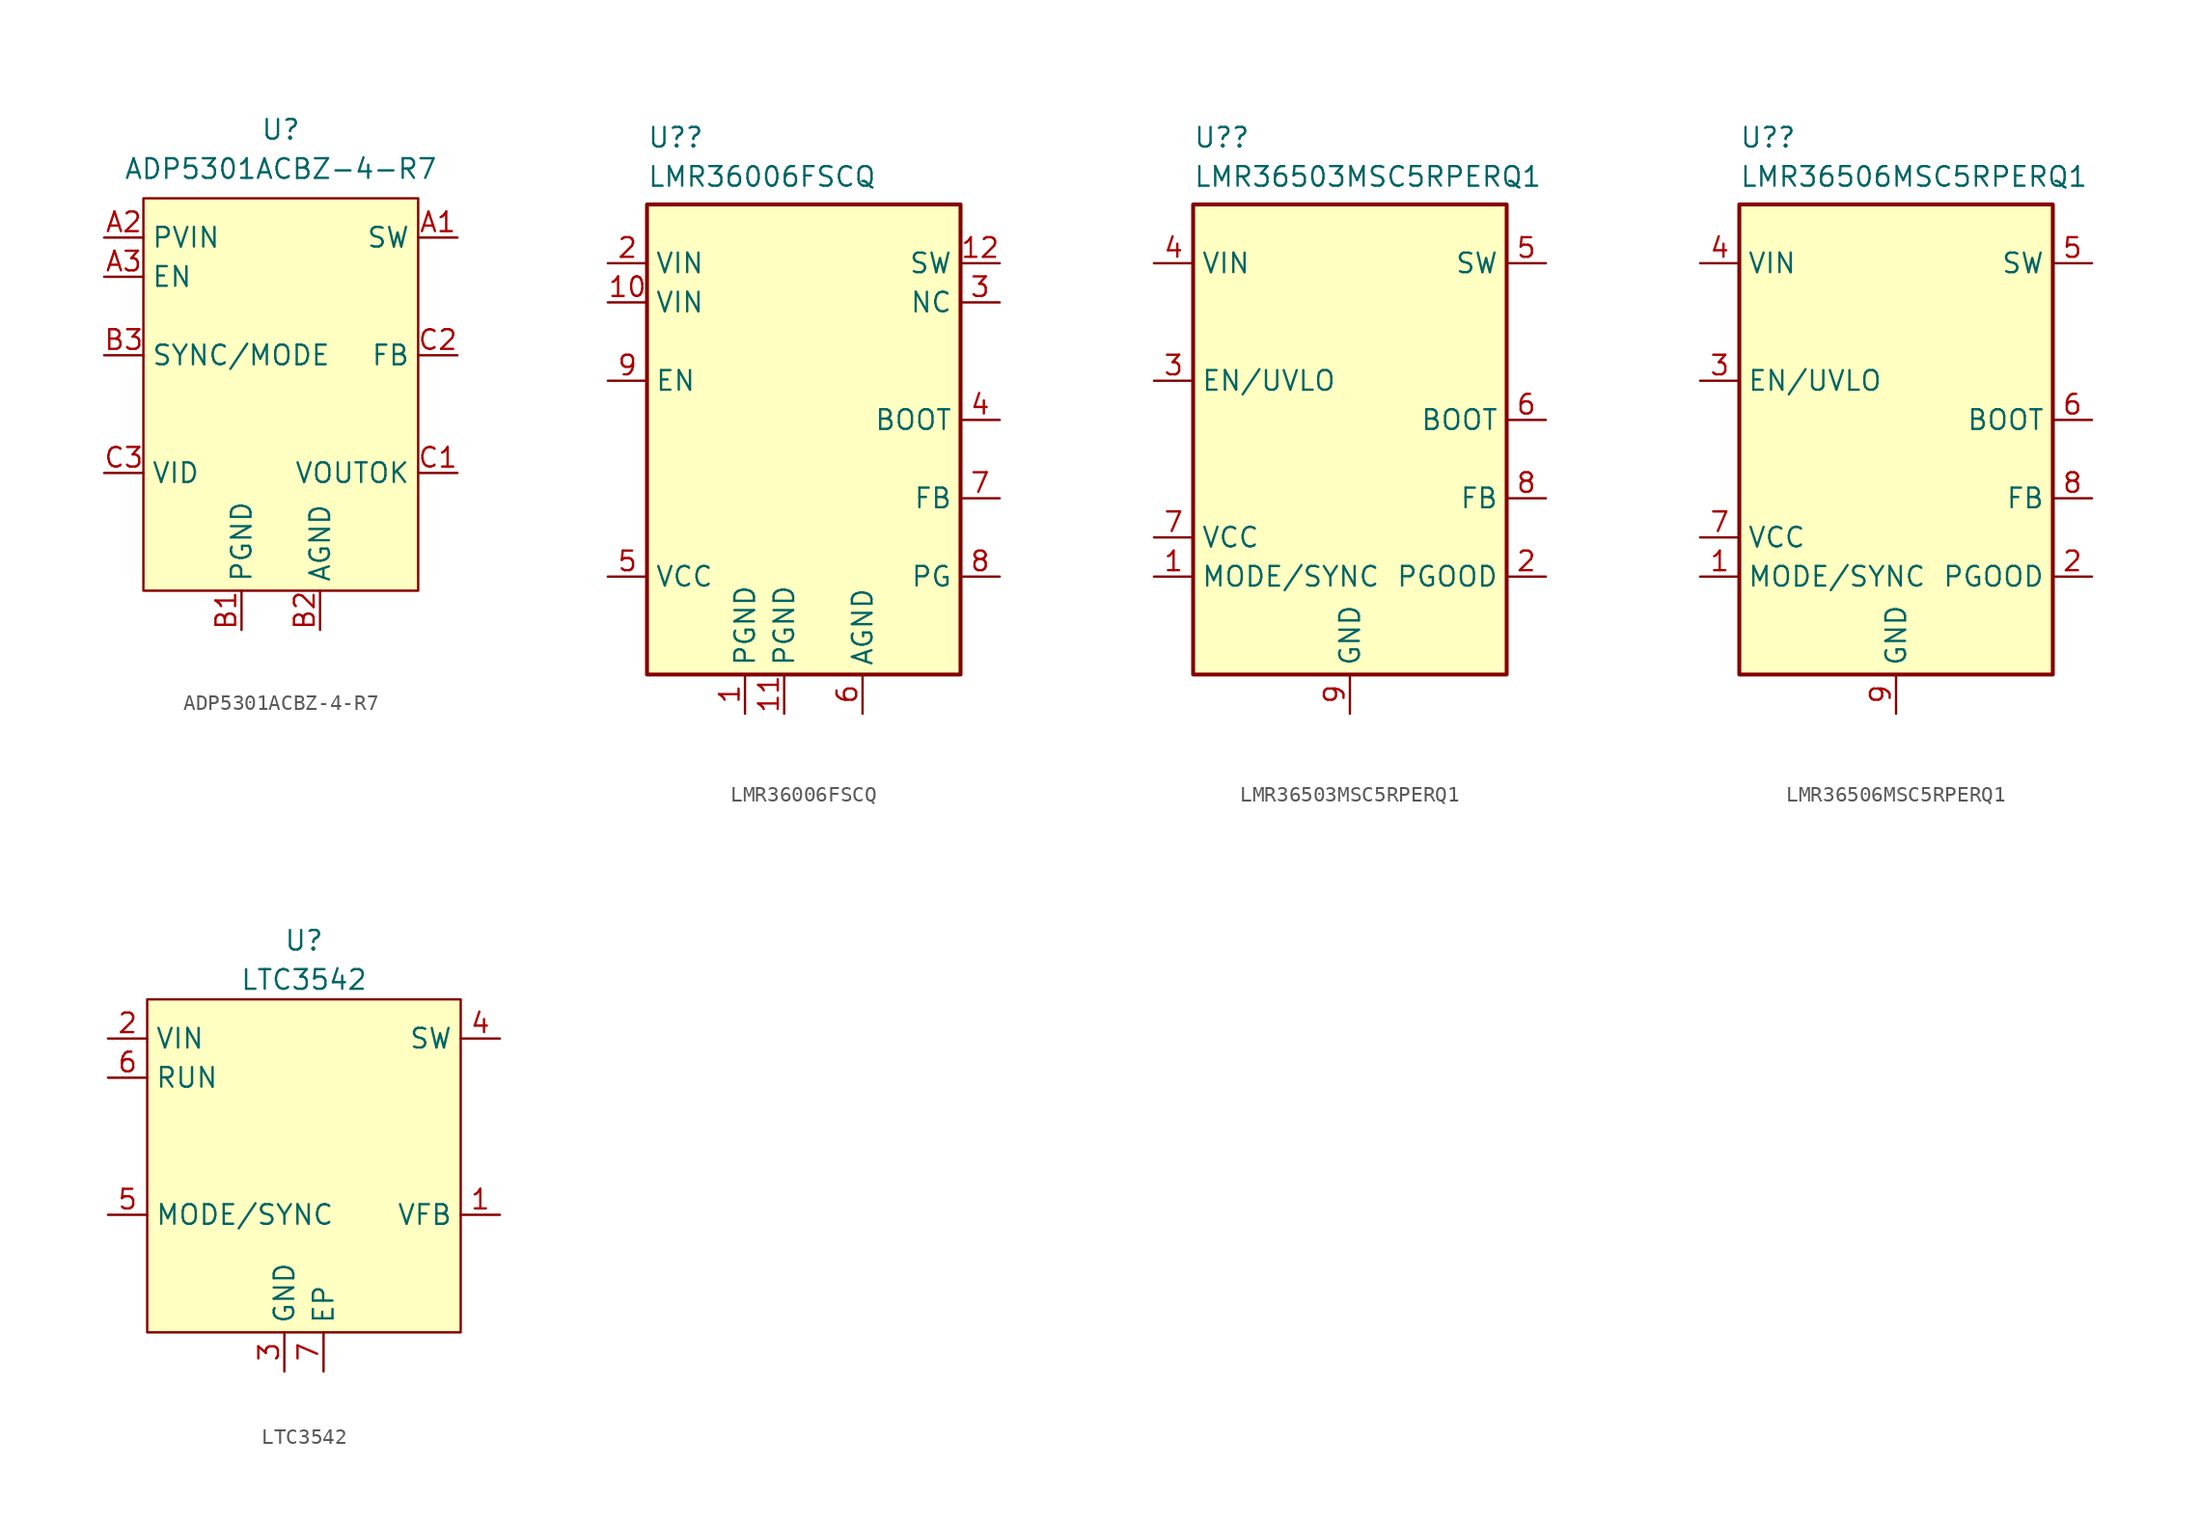
<source format=kicad_sym>
(kicad_symbol_lib
  (version 20220914)
  (generator kicad_symbol_editor)
  (symbol "ADP5301ACBZ-4-R7"
    (property "Reference" "U"
      (at 0 29.845 0)
      (effects (font (size 1.27 1.27))))
    (property "Value" "ADP5301ACBZ-4-R7"
      (at 0 27.305 0)
      (effects (font (size 1.27 1.27))))
    (symbol "ADP5301ACBZ-4-R7_1_1"
      (rectangle (start -8.89 25.4) (end 8.89 0) (stroke (width 0) (type default)) (fill (type background)))
      (pin power_out line (at 11.43 22.86 180) (length 2.54) (name "SW" (effects (font (size 1.27 1.27)))) (number "A1" (effects (font (size 1.27 1.27)))))
      (pin power_in line (at -11.43 22.86 0) (length 2.54) (name "PVIN" (effects (font (size 1.27 1.27)))) (number "A2" (effects (font (size 1.27 1.27)))))
      (pin input line (at -11.43 20.32 0) (length 2.54) (name "EN" (effects (font (size 1.27 1.27)))) (number "A3" (effects (font (size 1.27 1.27)))))
      (pin power_in line (at -2.54 -2.54 90) (length 2.54) (name "PGND" (effects (font (size 1.27 1.27)))) (number "B1" (effects (font (size 1.27 1.27)))))
      (pin power_in line (at 2.54 -2.54 90) (length 2.54) (name "AGND" (effects (font (size 1.27 1.27)))) (number "B2" (effects (font (size 1.27 1.27)))))
      (pin input line (at -11.43 15.24 0) (length 2.54) (name "SYNC/MODE" (effects (font (size 1.27 1.27)))) (number "B3" (effects (font (size 1.27 1.27)))))
      (pin open_collector line (at 11.43 7.62 180) (length 2.54) (name "VOUTOK" (effects (font (size 1.27 1.27)))) (number "C1" (effects (font (size 1.27 1.27)))))
      (pin input line (at 11.43 15.24 180) (length 2.54) (name "FB" (effects (font (size 1.27 1.27)))) (number "C2" (effects (font (size 1.27 1.27)))))
      (pin input line (at -11.43 7.62 0) (length 2.54) (name "VID" (effects (font (size 1.27 1.27)))) (number "C3" (effects (font (size 1.27 1.27)))))))
  (symbol "LMR36006FSCQ"
    (property "Reference" "U?"
      (at -10.16 35.56 0)
      (effects (font (size 1.27 1.27)) (justify left top)))
    (property "Value" "LMR36006FSCQ"
      (at -10.16 33.02 0)
      (effects (font (size 1.27 1.27)) (justify left top)))
    (symbol "LMR36006FSCQ_1_1"
      (rectangle (start -10.16 30.48) (end 10.16 0) (stroke (width 0.254) (type default)) (fill (type background)))
      (pin power_in line (at -3.81 -2.54 90) (length 2.54) (name "PGND" (effects (font (size 1.27 1.27)))) (number "1" (effects (font (size 1.27 1.27)))))
      (pin passive line (at -12.7 24.13 0) (length 2.54) (name "VIN" (effects (font (size 1.27 1.27)))) (number "10" (effects (font (size 1.27 1.27)))))
      (pin power_in line (at -1.27 -2.54 90) (length 2.54) (name "PGND" (effects (font (size 1.27 1.27)))) (number "11" (effects (font (size 1.27 1.27)))))
      (pin power_out line (at 12.7 26.67 180) (length 2.54) (name "SW" (effects (font (size 1.27 1.27)))) (number "12" (effects (font (size 1.27 1.27)))))
      (pin power_in line (at -12.7 26.67 0) (length 2.54) (name "VIN" (effects (font (size 1.27 1.27)))) (number "2" (effects (font (size 1.27 1.27)))))
      (pin passive line (at 12.7 24.13 180) (length 2.54) (name "NC" (effects (font (size 1.27 1.27)))) (number "3" (effects (font (size 1.27 1.27)))))
      (pin passive line (at 12.7 16.51 180) (length 2.54) (name "BOOT" (effects (font (size 1.27 1.27)))) (number "4" (effects (font (size 1.27 1.27)))))
      (pin passive line (at -12.7 6.35 0) (length 2.54) (name "VCC" (effects (font (size 1.27 1.27)))) (number "5" (effects (font (size 1.27 1.27)))))
      (pin power_in line (at 3.81 -2.54 90) (length 2.54) (name "AGND" (effects (font (size 1.27 1.27)))) (number "6" (effects (font (size 1.27 1.27)))))
      (pin input line (at 12.7 11.43 180) (length 2.54) (name "FB" (effects (font (size 1.27 1.27)))) (number "7" (effects (font (size 1.27 1.27)))))
      (pin open_collector line (at 12.7 6.35 180) (length 2.54) (name "PG" (effects (font (size 1.27 1.27)))) (number "8" (effects (font (size 1.27 1.27)))))
      (pin input line (at -12.7 19.05 0) (length 2.54) (name "EN" (effects (font (size 1.27 1.27)))) (number "9" (effects (font (size 1.27 1.27)))))))
  (symbol "LMR36503MSC5RPERQ1"
    (property "Reference" "U?"
      (at -10.16 35.56 0)
      (effects (font (size 1.27 1.27)) (justify left top)))
    (property "Value" "LMR36503MSC5RPERQ1"
      (at -10.16 33.02 0)
      (effects (font (size 1.27 1.27)) (justify left top)))
    (symbol "LMR36503MSC5RPERQ1_1_1"
      (rectangle (start -10.16 30.48) (end 10.16 0) (stroke (width 0.254) (type default)) (fill (type background)))
      (pin input line (at -12.7 6.35 0) (length 2.54) (name "MODE/SYNC" (effects (font (size 1.27 1.27)))) (number "1" (effects (font (size 1.27 1.27)))))
      (pin open_collector line (at 12.7 6.35 180) (length 2.54) (name "PGOOD" (effects (font (size 1.27 1.27)))) (number "2" (effects (font (size 1.27 1.27)))))
      (pin input line (at -12.7 19.05 0) (length 2.54) (name "EN/UVLO" (effects (font (size 1.27 1.27)))) (number "3" (effects (font (size 1.27 1.27)))))
      (pin power_in line (at -12.7 26.67 0) (length 2.54) (name "VIN" (effects (font (size 1.27 1.27)))) (number "4" (effects (font (size 1.27 1.27)))))
      (pin power_out line (at 12.7 26.67 180) (length 2.54) (name "SW" (effects (font (size 1.27 1.27)))) (number "5" (effects (font (size 1.27 1.27)))))
      (pin passive line (at 12.7 16.51 180) (length 2.54) (name "BOOT" (effects (font (size 1.27 1.27)))) (number "6" (effects (font (size 1.27 1.27)))))
      (pin passive line (at -12.7 8.89 0) (length 2.54) (name "VCC" (effects (font (size 1.27 1.27)))) (number "7" (effects (font (size 1.27 1.27)))))
      (pin input line (at 12.7 11.43 180) (length 2.54) (name "FB" (effects (font (size 1.27 1.27)))) (number "8" (effects (font (size 1.27 1.27)))))
      (pin power_in line (at 0 -2.54 90) (length 2.54) (name "GND" (effects (font (size 1.27 1.27)))) (number "9" (effects (font (size 1.27 1.27)))))))
  (symbol "LMR36506MSC5RPERQ1"
    (property "Reference" "U?"
      (at -10.16 35.56 0)
      (effects (font (size 1.27 1.27)) (justify left top)))
    (property "Value" "LMR36506MSC5RPERQ1"
      (at -10.16 33.02 0)
      (effects (font (size 1.27 1.27)) (justify left top)))
    (symbol "LMR36506MSC5RPERQ1_1_1"
      (rectangle (start -10.16 30.48) (end 10.16 0) (stroke (width 0.254) (type default)) (fill (type background)))
      (pin input line (at -12.7 6.35 0) (length 2.54) (name "MODE/SYNC" (effects (font (size 1.27 1.27)))) (number "1" (effects (font (size 1.27 1.27)))))
      (pin open_collector line (at 12.7 6.35 180) (length 2.54) (name "PGOOD" (effects (font (size 1.27 1.27)))) (number "2" (effects (font (size 1.27 1.27)))))
      (pin input line (at -12.7 19.05 0) (length 2.54) (name "EN/UVLO" (effects (font (size 1.27 1.27)))) (number "3" (effects (font (size 1.27 1.27)))))
      (pin power_in line (at -12.7 26.67 0) (length 2.54) (name "VIN" (effects (font (size 1.27 1.27)))) (number "4" (effects (font (size 1.27 1.27)))))
      (pin power_out line (at 12.7 26.67 180) (length 2.54) (name "SW" (effects (font (size 1.27 1.27)))) (number "5" (effects (font (size 1.27 1.27)))))
      (pin passive line (at 12.7 16.51 180) (length 2.54) (name "BOOT" (effects (font (size 1.27 1.27)))) (number "6" (effects (font (size 1.27 1.27)))))
      (pin passive line (at -12.7 8.89 0) (length 2.54) (name "VCC" (effects (font (size 1.27 1.27)))) (number "7" (effects (font (size 1.27 1.27)))))
      (pin input line (at 12.7 11.43 180) (length 2.54) (name "FB" (effects (font (size 1.27 1.27)))) (number "8" (effects (font (size 1.27 1.27)))))
      (pin power_in line (at 0 -2.54 90) (length 2.54) (name "GND" (effects (font (size 1.27 1.27)))) (number "9" (effects (font (size 1.27 1.27)))))))
  (symbol "LTC3542"
    (property "Reference" "U"
      (at 0 21.59 0)
      (effects (font (size 1.27 1.27))))
    (property "Value" "LTC3542"
      (at 0 19.05 0)
      (effects (font (size 1.27 1.27))))
    (symbol "LTC3542_1_1"
      (rectangle (start -10.16 17.78) (end 10.16 -3.81) (stroke (width 0) (type default)) (fill (type background)))
      (pin input line (at 12.7 3.81 180) (length 2.54) (name "VFB" (effects (font (size 1.27 1.27)))) (number "1" (effects (font (size 1.27 1.27)))))
      (pin power_in line (at -12.7 15.24 0) (length 2.54) (name "VIN" (effects (font (size 1.27 1.27)))) (number "2" (effects (font (size 1.27 1.27)))))
      (pin power_in line (at -1.27 -6.35 90) (length 2.54) (name "GND" (effects (font (size 1.27 1.27)))) (number "3" (effects (font (size 1.27 1.27)))))
      (pin power_out line (at 12.7 15.24 180) (length 2.54) (name "SW" (effects (font (size 1.27 1.27)))) (number "4" (effects (font (size 1.27 1.27)))))
      (pin input line (at -12.7 3.81 0) (length 2.54) (name "MODE/SYNC" (effects (font (size 1.27 1.27)))) (number "5" (effects (font (size 1.27 1.27)))))
      (pin input line (at -12.7 12.7 0) (length 2.54) (name "RUN" (effects (font (size 1.27 1.27)))) (number "6" (effects (font (size 1.27 1.27)))))
      (pin passive line (at 1.27 -6.35 90) (length 2.54) (name "EP" (effects (font (size 1.27 1.27)))) (number "7" (effects (font (size 1.27 1.27))))))))
</source>
